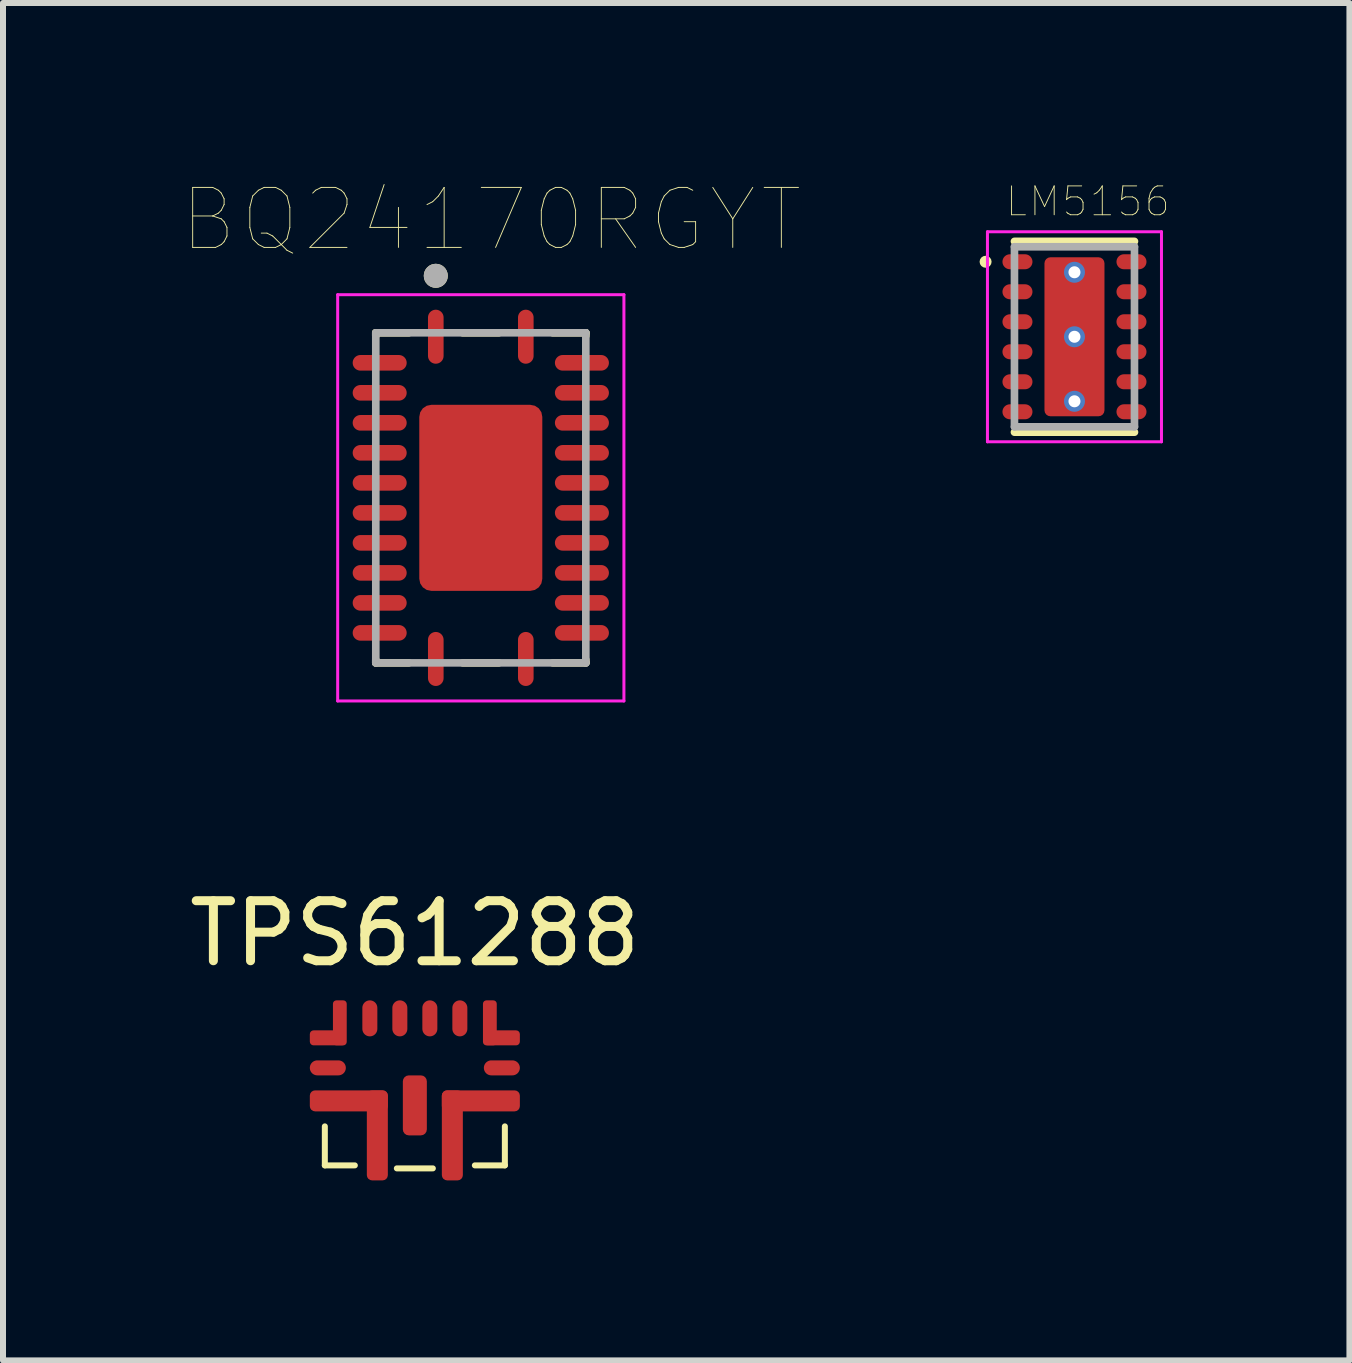
<source format=kicad_pcb>
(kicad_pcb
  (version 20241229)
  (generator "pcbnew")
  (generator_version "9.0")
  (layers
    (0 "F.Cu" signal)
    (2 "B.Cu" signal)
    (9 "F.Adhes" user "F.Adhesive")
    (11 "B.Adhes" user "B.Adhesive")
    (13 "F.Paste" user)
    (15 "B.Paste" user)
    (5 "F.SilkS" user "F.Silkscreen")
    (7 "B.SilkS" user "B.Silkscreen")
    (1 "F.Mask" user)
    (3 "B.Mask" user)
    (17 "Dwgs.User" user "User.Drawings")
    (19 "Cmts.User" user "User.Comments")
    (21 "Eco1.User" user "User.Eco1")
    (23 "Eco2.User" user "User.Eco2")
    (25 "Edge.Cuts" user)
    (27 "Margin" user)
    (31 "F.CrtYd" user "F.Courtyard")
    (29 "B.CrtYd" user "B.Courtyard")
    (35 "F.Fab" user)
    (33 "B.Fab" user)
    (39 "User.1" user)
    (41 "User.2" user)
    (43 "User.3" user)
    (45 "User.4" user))
  (footprint "BQ24170RGYT"
    (layer "F.Cu")
    (at 4.962 5.246)
    (property "Reference" "BQ24170RGYT" (at 0.175 -4.635 0) (layer "F.SilkS") (effects (font (size 1 1) (thickness 0.015))))
    (attr through_hole)
    (fp_line (start -1.75 -2.75) (end -1.75 -2.7) (stroke (width 0.127) (type solid)) (layer "F.SilkS"))
    (fp_line (start -1.75 -2.75) (end -1.2 -2.75) (stroke (width 0.127) (type solid)) (layer "F.SilkS"))
    (fp_line (start -1.75 2.75) (end -1.75 2.7) (stroke (width 0.127) (type solid)) (layer "F.SilkS"))
    (fp_line (start -1.75 2.75) (end -1.2 2.75) (stroke (width 0.127) (type solid)) (layer "F.SilkS"))
    (fp_line (start -0.3 -2.75) (end 0.3 -2.75) (stroke (width 0.127) (type solid)) (layer "F.SilkS"))
    (fp_line (start -0.3 2.75) (end 0.3 2.75) (stroke (width 0.127) (type solid)) (layer "F.SilkS"))
    (fp_line (start 1.75 -2.75) (end 1.2 -2.75) (stroke (width 0.127) (type solid)) (layer "F.SilkS"))
    (fp_line (start 1.75 -2.75) (end 1.75 -2.7) (stroke (width 0.127) (type solid)) (layer "F.SilkS"))
    (fp_line (start 1.75 2.75) (end 1.2 2.75) (stroke (width 0.127) (type solid)) (layer "F.SilkS"))
    (fp_line (start 1.75 2.75) (end 1.75 2.7) (stroke (width 0.127) (type solid)) (layer "F.SilkS"))
    (fp_circle (center -0.75 -3.7) (end -0.65 -3.7) (stroke (width 0.2) (type solid)) (fill no) (layer "F.SilkS"))
    (fp_poly (pts (xy -0.65 -0.98) (xy 0.65 -0.98) (xy 0.65 0.98) (xy -0.65 0.98)) (stroke (width 0.01) (type solid)) (fill yes) (layer "F.Paste"))
    (fp_line (start -2.385 -3.385) (end 2.385 -3.385) (stroke (width 0.05) (type solid)) (layer "F.CrtYd"))
    (fp_line (start -2.385 3.385) (end -2.385 -3.385) (stroke (width 0.05) (type solid)) (layer "F.CrtYd"))
    (fp_line (start -2.385 3.385) (end 2.385 3.385) (stroke (width 0.05) (type solid)) (layer "F.CrtYd"))
    (fp_line (start 2.385 3.385) (end 2.385 -3.385) (stroke (width 0.05) (type solid)) (layer "F.CrtYd"))
    (fp_line (start -1.75 2.75) (end -1.75 -2.75) (stroke (width 0.127) (type solid)) (layer "F.Fab"))
    (fp_line (start 1.75 -2.75) (end -1.75 -2.75) (stroke (width 0.127) (type solid)) (layer "F.Fab"))
    (fp_line (start 1.75 2.75) (end -1.75 2.75) (stroke (width 0.127) (type solid)) (layer "F.Fab"))
    (fp_line (start 1.75 2.75) (end 1.75 -2.75) (stroke (width 0.127) (type solid)) (layer "F.Fab"))
    (fp_circle (center -0.75 -3.7) (end -0.65 -3.7) (stroke (width 0.2) (type solid)) (fill no) (layer "F.Fab"))
    (pad "1" smd oval (at -0.75 -2.685) (size 0.26 0.9) (layers "F.Cu" "F.Mask" "F.Paste"))
    (pad "2" smd oval (at -1.685 -2.25) (size 0.9 0.26) (layers "F.Cu" "F.Mask" "F.Paste"))
    (pad "3" smd oval (at -1.685 -1.75) (size 0.9 0.26) (layers "F.Cu" "F.Mask" "F.Paste"))
    (pad "4" smd oval (at -1.685 -1.25) (size 0.9 0.26) (layers "F.Cu" "F.Mask" "F.Paste"))
    (pad "5" smd oval (at -1.685 -0.75) (size 0.9 0.26) (layers "F.Cu" "F.Mask" "F.Paste"))
    (pad "6" smd oval (at -1.685 -0.25) (size 0.9 0.26) (layers "F.Cu" "F.Mask" "F.Paste"))
    (pad "7" smd oval (at -1.685 0.25) (size 0.9 0.26) (layers "F.Cu" "F.Mask" "F.Paste"))
    (pad "8" smd oval (at -1.685 0.75) (size 0.9 0.26) (layers "F.Cu" "F.Mask" "F.Paste"))
    (pad "9" smd oval (at -1.685 1.25) (size 0.9 0.26) (layers "F.Cu" "F.Mask" "F.Paste"))
    (pad "10" smd oval (at -1.685 1.75) (size 0.9 0.26) (layers "F.Cu" "F.Mask" "F.Paste"))
    (pad "11" smd oval (at -1.685 2.25) (size 0.9 0.26) (layers "F.Cu" "F.Mask" "F.Paste"))
    (pad "12" smd oval (at -0.75 2.685) (size 0.26 0.9) (layers "F.Cu" "F.Mask" "F.Paste"))
    (pad "13" smd oval (at 0.75 2.685) (size 0.26 0.9) (layers "F.Cu" "F.Mask" "F.Paste"))
    (pad "14" smd oval (at 1.685 2.25) (size 0.9 0.26) (layers "F.Cu" "F.Mask" "F.Paste"))
    (pad "15" smd oval (at 1.685 1.75) (size 0.9 0.26) (layers "F.Cu" "F.Mask" "F.Paste"))
    (pad "16" smd oval (at 1.685 1.25) (size 0.9 0.26) (layers "F.Cu" "F.Mask" "F.Paste"))
    (pad "17" smd oval (at 1.685 0.75) (size 0.9 0.26) (layers "F.Cu" "F.Mask" "F.Paste"))
    (pad "18" smd oval (at 1.685 0.25) (size 0.9 0.26) (layers "F.Cu" "F.Mask" "F.Paste"))
    (pad "19" smd oval (at 1.685 -0.25) (size 0.9 0.26) (layers "F.Cu" "F.Mask" "F.Paste"))
    (pad "20" smd oval (at 1.685 -0.75) (size 0.9 0.26) (layers "F.Cu" "F.Mask" "F.Paste"))
    (pad "21" smd oval (at 1.685 -1.25) (size 0.9 0.26) (layers "F.Cu" "F.Mask" "F.Paste"))
    (pad "22" smd oval (at 1.685 -1.75) (size 0.9 0.26) (layers "F.Cu" "F.Mask" "F.Paste"))
    (pad "23" smd oval (at 1.685 -2.25) (size 0.9 0.26) (layers "F.Cu" "F.Mask" "F.Paste"))
    (pad "24" smd oval (at 0.75 -2.685) (size 0.26 0.9) (layers "F.Cu" "F.Mask" "F.Paste"))
    (pad "25" smd roundrect (at 0 0) (size 2.05 3.1) (layers "F.Cu" "F.Mask") (roundrect_rratio 0.098)))
  (footprint "TPS61288"
    (layer "F.Cu")
    (at 3.863 15.12)
    (property "Reference" "TPS61288" (at 0 -2.615 0) (layer "F.SilkS") (effects (font (size 1 1) (thickness 0.15))))
    (attr through_hole)
    (fp_line (start -1.5 1.25) (end -1.5 0.6) (stroke (width 0.1) (type solid)) (layer "F.SilkS"))
    (fp_line (start -1 1.25) (end -1.5 1.25) (stroke (width 0.1) (type solid)) (layer "F.SilkS"))
    (fp_line (start 0.3 1.3) (end -0.3 1.3) (stroke (width 0.1) (type solid)) (layer "F.SilkS"))
    (fp_line (start 1.5 0.6) (end 1.5 1.25) (stroke (width 0.1) (type solid)) (layer "F.SilkS"))
    (fp_line (start 1.5 1.25) (end 1 1.25) (stroke (width 0.1) (type solid)) (layer "F.SilkS"))
    (pad "1" smd roundrect (at -1.45 -0.875 270) (size 0.25 0.6) (layers "F.Cu" "F.Mask" "F.Paste") (roundrect_rratio 0.25))
    (pad "1" smd roundrect (at -1.25 -1.125) (size 0.23 0.75) (layers "F.Cu" "F.Mask" "F.Paste") (roundrect_rratio 0.25))
    (pad "2" smd oval (at -1.45 -0.375 270) (size 0.25 0.6) (layers "F.Cu" "F.Mask" "F.Paste"))
    (pad "3" smd roundrect (at -1.1 0.175 270) (size 0.35 1.3) (layers "F.Cu" "F.Mask" "F.Paste") (roundrect_rratio 0.25))
    (pad "3" smd roundrect (at -0.625 0.75 180) (size 0.35 1.5) (layers "F.Cu" "F.Mask" "F.Paste") (roundrect_rratio 0.25))
    (pad "4" smd roundrect (at 0 0.25 180) (size 0.4 1) (layers "F.Cu" "F.Mask" "F.Paste") (roundrect_rratio 0.25))
    (pad "5" smd roundrect (at 0.625 0.75 180) (size 0.35 1.5) (layers "F.Cu" "F.Mask" "F.Paste") (roundrect_rratio 0.25))
    (pad "5" smd roundrect (at 1.1 0.175 270) (size 0.35 1.3) (layers "F.Cu" "F.Mask" "F.Paste") (roundrect_rratio 0.25))
    (pad "6" smd oval (at 1.45 -0.375 270) (size 0.25 0.6) (layers "F.Cu" "F.Mask" "F.Paste"))
    (pad "7" smd roundrect (at 1.25 -1.125) (size 0.23 0.75) (layers "F.Cu" "F.Mask" "F.Paste") (roundrect_rratio 0.25))
    (pad "7" smd roundrect (at 1.45 -0.875 270) (size 0.25 0.6) (layers "F.Cu" "F.Mask" "F.Paste") (roundrect_rratio 0.25))
    (pad "8" smd oval (at 0.75 -1.2 180) (size 0.25 0.6) (layers "F.Cu" "F.Mask" "F.Paste"))
    (pad "9" smd oval (at 0.25 -1.2 180) (size 0.25 0.6) (layers "F.Cu" "F.Mask" "F.Paste"))
    (pad "10" smd oval (at -0.25 -1.2 180) (size 0.25 0.6) (layers "F.Cu" "F.Mask" "F.Paste"))
    (pad "11" smd oval (at -0.75 -1.2 180) (size 0.25 0.6) (layers "F.Cu" "F.Mask" "F.Paste")))
  (footprint "LM5156"
    (layer "F.Cu")
    (at 14.855 2.562)
    (property "Reference" "LM5156" (at 0.223 -2.255 0) (layer "F.SilkS") (effects (font (size 0.481 0.481) (thickness 0.015))))
    (attr through_hole)
    (fp_line (start -1 -1.59) (end 1 -1.59) (stroke (width 0.127) (type solid)) (layer "F.SilkS"))
    (fp_line (start -1 1.59) (end 1 1.59) (stroke (width 0.127) (type solid)) (layer "F.SilkS"))
    (fp_circle (center -1.481 -1.25) (end -1.431 -1.25) (stroke (width 0.1) (type solid)) (fill no) (layer "F.SilkS"))
    (fp_poly (pts (xy -0.475 0.1) (xy 0.475 0.1) (xy 0.475 1.271) (xy -0.475 1.271)) (stroke (width 0.01) (type solid)) (fill yes) (layer "F.Paste"))
    (fp_poly (pts (xy -0.475 -1.27) (xy 0.475 -1.27) (xy 0.475 -0.1) (xy -0.475 -0.1)) (stroke (width 0.01) (type solid)) (fill yes) (layer "F.Paste"))
    (fp_line (start -1.45 -1.75) (end -1.45 1.75) (stroke (width 0.05) (type solid)) (layer "F.CrtYd"))
    (fp_line (start -1.45 -1.75) (end 1.45 -1.75) (stroke (width 0.05) (type solid)) (layer "F.CrtYd"))
    (fp_line (start -1.45 1.75) (end 1.45 1.75) (stroke (width 0.05) (type solid)) (layer "F.CrtYd"))
    (fp_line (start 1.45 -1.75) (end 1.45 1.75) (stroke (width 0.05) (type solid)) (layer "F.CrtYd"))
    (fp_line (start -1 -1.5) (end -1 1.5) (stroke (width 0.127) (type solid)) (layer "F.Fab"))
    (fp_line (start -1 -1.5) (end 1 -1.5) (stroke (width 0.127) (type solid)) (layer "F.Fab"))
    (fp_line (start -1 1.5) (end 1 1.5) (stroke (width 0.127) (type solid)) (layer "F.Fab"))
    (fp_line (start 1 -1.5) (end 1 1.5) (stroke (width 0.127) (type solid)) (layer "F.Fab"))
    (pad "1" smd oval (at -0.95 -1.25) (size 0.5 0.25) (layers "F.Cu" "F.Mask" "F.Paste"))
    (pad "2" smd oval (at -0.95 -0.75) (size 0.5 0.25) (layers "F.Cu" "F.Mask" "F.Paste"))
    (pad "3" smd oval (at -0.95 -0.25) (size 0.5 0.25) (layers "F.Cu" "F.Mask" "F.Paste"))
    (pad "4" smd oval (at -0.95 0.25) (size 0.5 0.25) (layers "F.Cu" "F.Mask" "F.Paste"))
    (pad "5" smd oval (at -0.95 0.75) (size 0.5 0.25) (layers "F.Cu" "F.Mask" "F.Paste"))
    (pad "6" smd oval (at -0.95 1.25) (size 0.5 0.25) (layers "F.Cu" "F.Mask" "F.Paste"))
    (pad "7" smd oval (at 0.95 1.25) (size 0.5 0.25) (layers "F.Cu" "F.Mask" "F.Paste"))
    (pad "8" smd oval (at 0.95 0.75) (size 0.5 0.25) (layers "F.Cu" "F.Mask" "F.Paste"))
    (pad "9" smd oval (at 0.95 0.25) (size 0.5 0.25) (layers "F.Cu" "F.Mask" "F.Paste"))
    (pad "10" smd oval (at 0.95 -0.25) (size 0.5 0.25) (layers "F.Cu" "F.Mask" "F.Paste"))
    (pad "11" smd oval (at 0.95 -0.75) (size 0.5 0.25) (layers "F.Cu" "F.Mask" "F.Paste"))
    (pad "12" smd oval (at 0.95 -1.25) (size 0.5 0.25) (layers "F.Cu" "F.Mask" "F.Paste"))
    (pad "13" smd roundrect (at 0 0) (size 1 2.65) (layers "F.Cu" "F.Mask") (roundrect_rratio 0.1))
    (pad "13.1" thru_hole circle (at 0 -1.075) (size 0.35 0.35) (drill 0.2) (layers "*.Cu" "*.Mask"))
    (pad "13.2" thru_hole circle (at 0 0) (size 0.35 0.35) (drill 0.2) (layers "*.Cu" "*.Mask"))
    (pad "13.3" thru_hole circle (at 0 1.075) (size 0.35 0.35) (drill 0.2) (layers "*.Cu" "*.Mask")))
  (gr_rect
    (start -3 -3)
    (end 19.437 19.62)
    (stroke (width 0.1) (type default))
    (fill no)
    (layer "Edge.Cuts")))
</source>
